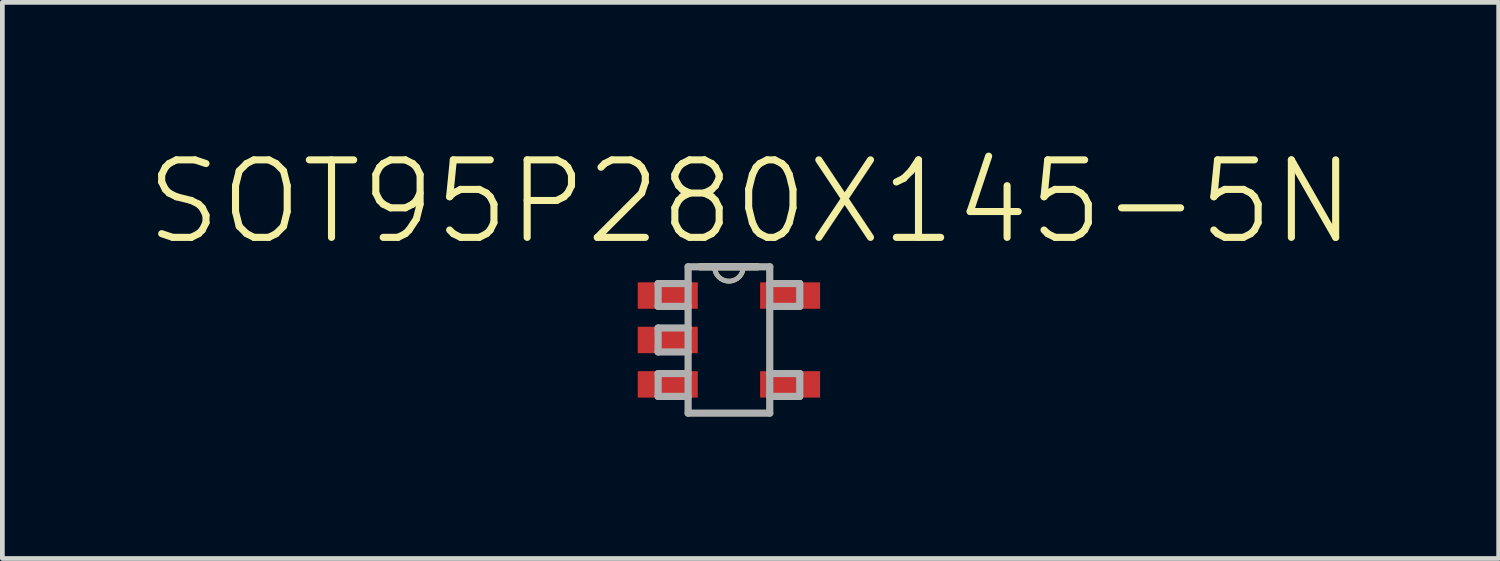
<source format=kicad_pcb>
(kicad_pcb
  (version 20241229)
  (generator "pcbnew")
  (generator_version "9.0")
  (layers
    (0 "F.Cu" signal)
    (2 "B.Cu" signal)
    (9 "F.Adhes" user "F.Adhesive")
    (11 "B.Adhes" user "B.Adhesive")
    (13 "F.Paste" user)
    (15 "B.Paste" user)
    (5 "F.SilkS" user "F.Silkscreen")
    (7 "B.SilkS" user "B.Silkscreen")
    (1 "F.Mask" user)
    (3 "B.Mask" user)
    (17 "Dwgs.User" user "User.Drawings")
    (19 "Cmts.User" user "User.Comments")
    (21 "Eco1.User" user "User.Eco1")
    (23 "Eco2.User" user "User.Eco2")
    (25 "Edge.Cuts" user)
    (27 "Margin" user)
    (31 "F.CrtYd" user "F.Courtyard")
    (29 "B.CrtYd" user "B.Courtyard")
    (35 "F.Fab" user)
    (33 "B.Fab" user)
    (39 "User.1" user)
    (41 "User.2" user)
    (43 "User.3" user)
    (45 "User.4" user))
  (footprint "SOT95P280X145-5N"
    (layer "F.Cu")
    (at 12.379 4.146)
    (property "Reference" "SOT95P280X145-5N" (at 0.457 -2.923 0) (layer "F.SilkS") (effects (font (size 1.641 1.641) (thickness 0.15))))
    (attr through_hole)
    (fp_line (start -0.305 -1.549) (end -0.61 -1.549) (stroke (width 0.152) (type solid)) (layer "F.SilkS"))
    (fp_line (start 0.305 -1.549) (end -0.305 -1.549) (stroke (width 0.152) (type solid)) (layer "F.SilkS"))
    (fp_line (start 0.61 -1.549) (end 0.305 -1.549) (stroke (width 0.152) (type solid)) (layer "F.SilkS"))
    (fp_arc (start 0.3048 -1.5494) (mid 0 -1.2446) (end -0.3048 -1.5494) (stroke (width 0.1) (type solid)) (layer "F.SilkS"))
    (fp_line (start -1.499 -1.194) (end -1.499 -0.711) (stroke (width 0.152) (type solid)) (layer "F.Fab"))
    (fp_line (start -1.499 -0.711) (end -0.864 -0.711) (stroke (width 0.152) (type solid)) (layer "F.Fab"))
    (fp_line (start -1.499 -0.254) (end -1.499 0.254) (stroke (width 0.152) (type solid)) (layer "F.Fab"))
    (fp_line (start -1.499 0.254) (end -0.864 0.254) (stroke (width 0.152) (type solid)) (layer "F.Fab"))
    (fp_line (start -1.499 0.711) (end -1.499 1.194) (stroke (width 0.152) (type solid)) (layer "F.Fab"))
    (fp_line (start -1.499 1.194) (end -0.864 1.194) (stroke (width 0.152) (type solid)) (layer "F.Fab"))
    (fp_line (start -0.864 -1.549) (end -0.864 -1.194) (stroke (width 0.152) (type solid)) (layer "F.Fab"))
    (fp_line (start -0.864 -1.194) (end -1.499 -1.194) (stroke (width 0.152) (type solid)) (layer "F.Fab"))
    (fp_line (start -0.864 -1.194) (end -0.864 -0.711) (stroke (width 0.152) (type solid)) (layer "F.Fab"))
    (fp_line (start -0.864 -0.711) (end -0.864 -0.254) (stroke (width 0.152) (type solid)) (layer "F.Fab"))
    (fp_line (start -0.864 -0.254) (end -1.499 -0.254) (stroke (width 0.152) (type solid)) (layer "F.Fab"))
    (fp_line (start -0.864 -0.254) (end -0.864 0.254) (stroke (width 0.152) (type solid)) (layer "F.Fab"))
    (fp_line (start -0.864 0.254) (end -0.864 0.711) (stroke (width 0.152) (type solid)) (layer "F.Fab"))
    (fp_line (start -0.864 0.711) (end -1.499 0.711) (stroke (width 0.152) (type solid)) (layer "F.Fab"))
    (fp_line (start -0.864 1.194) (end -0.864 0.711) (stroke (width 0.152) (type solid)) (layer "F.Fab"))
    (fp_line (start -0.864 1.549) (end -0.864 1.194) (stroke (width 0.152) (type solid)) (layer "F.Fab"))
    (fp_line (start -0.864 1.549) (end 0.864 1.549) (stroke (width 0.152) (type solid)) (layer "F.Fab"))
    (fp_line (start -0.305 -1.549) (end -0.864 -1.549) (stroke (width 0.152) (type solid)) (layer "F.Fab"))
    (fp_line (start 0.305 -1.549) (end -0.305 -1.549) (stroke (width 0.152) (type solid)) (layer "F.Fab"))
    (fp_line (start 0.864 -1.549) (end 0.305 -1.549) (stroke (width 0.152) (type solid)) (layer "F.Fab"))
    (fp_line (start 0.864 -1.549) (end 0.864 -1.194) (stroke (width 0.152) (type solid)) (layer "F.Fab"))
    (fp_line (start 0.864 -1.194) (end 0.864 -0.711) (stroke (width 0.152) (type solid)) (layer "F.Fab"))
    (fp_line (start 0.864 -0.711) (end 1.499 -0.711) (stroke (width 0.152) (type solid)) (layer "F.Fab"))
    (fp_line (start 0.864 0.711) (end 0.864 -0.711) (stroke (width 0.152) (type solid)) (layer "F.Fab"))
    (fp_line (start 0.864 1.194) (end 0.864 0.711) (stroke (width 0.152) (type solid)) (layer "F.Fab"))
    (fp_line (start 0.864 1.194) (end 1.499 1.194) (stroke (width 0.152) (type solid)) (layer "F.Fab"))
    (fp_line (start 0.864 1.549) (end 0.864 1.194) (stroke (width 0.152) (type solid)) (layer "F.Fab"))
    (fp_line (start 1.499 -1.194) (end 0.864 -1.194) (stroke (width 0.152) (type solid)) (layer "F.Fab"))
    (fp_line (start 1.499 -0.711) (end 1.499 -1.194) (stroke (width 0.152) (type solid)) (layer "F.Fab"))
    (fp_line (start 1.499 0.711) (end 0.864 0.711) (stroke (width 0.152) (type solid)) (layer "F.Fab"))
    (fp_line (start 1.499 1.194) (end 1.499 0.711) (stroke (width 0.152) (type solid)) (layer "F.Fab"))
    (fp_arc (start 0.3048 -1.5494) (mid 0 -1.2446) (end -0.3048 -1.5494) (stroke (width 0.1) (type solid)) (layer "F.Fab"))
    (pad "1" smd rect (at -1.295 -0.94) (size 1.27 0.559) (layers "F.Cu" "F.Mask" "F.Paste"))
    (pad "2" smd rect (at -1.295 0) (size 1.27 0.559) (layers "F.Cu" "F.Mask" "F.Paste"))
    (pad "3" smd rect (at -1.295 0.94) (size 1.27 0.559) (layers "F.Cu" "F.Mask" "F.Paste"))
    (pad "4" smd rect (at 1.295 0.94) (size 1.27 0.559) (layers "F.Cu" "F.Mask" "F.Paste"))
    (pad "5" smd rect (at 1.295 -0.94) (size 1.27 0.559) (layers "F.Cu" "F.Mask" "F.Paste")))
  (gr_rect
    (start -3 -3)
    (end 28.672 8.771)
    (stroke (width 0.1) (type default))
    (fill no)
    (layer "Edge.Cuts")))
</source>
